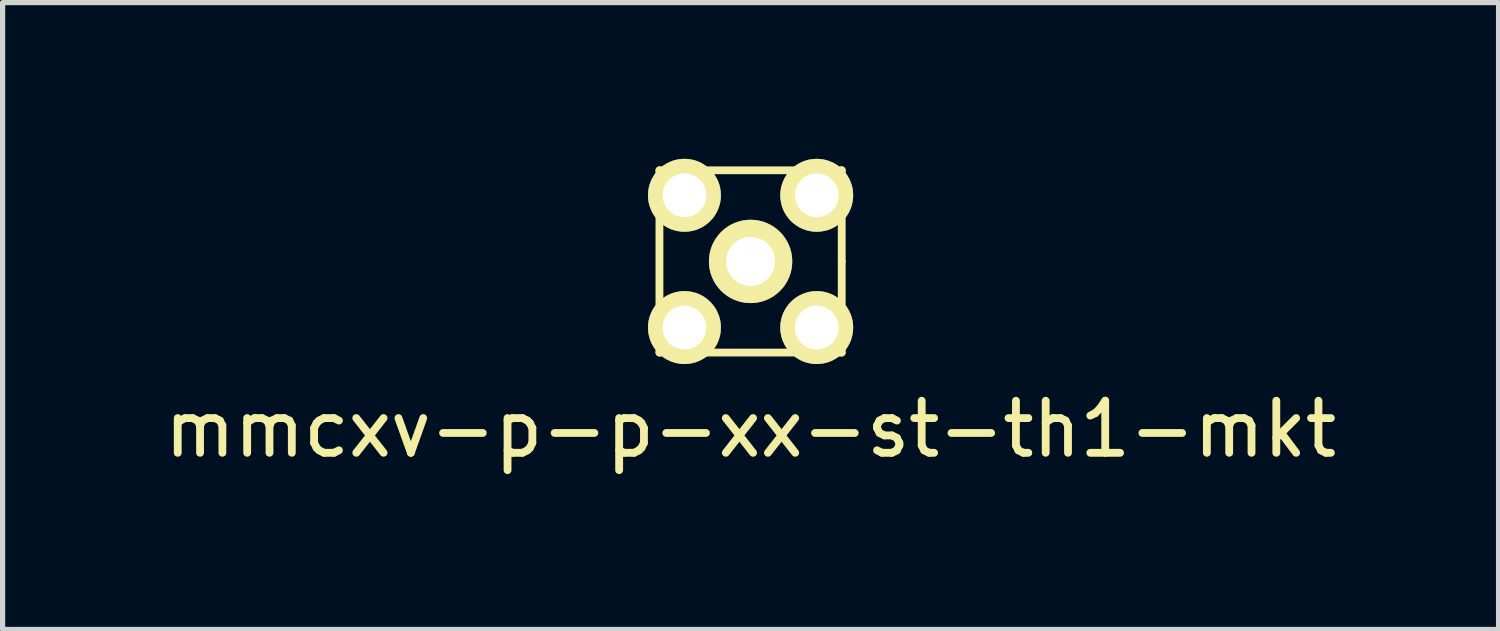
<source format=kicad_pcb>
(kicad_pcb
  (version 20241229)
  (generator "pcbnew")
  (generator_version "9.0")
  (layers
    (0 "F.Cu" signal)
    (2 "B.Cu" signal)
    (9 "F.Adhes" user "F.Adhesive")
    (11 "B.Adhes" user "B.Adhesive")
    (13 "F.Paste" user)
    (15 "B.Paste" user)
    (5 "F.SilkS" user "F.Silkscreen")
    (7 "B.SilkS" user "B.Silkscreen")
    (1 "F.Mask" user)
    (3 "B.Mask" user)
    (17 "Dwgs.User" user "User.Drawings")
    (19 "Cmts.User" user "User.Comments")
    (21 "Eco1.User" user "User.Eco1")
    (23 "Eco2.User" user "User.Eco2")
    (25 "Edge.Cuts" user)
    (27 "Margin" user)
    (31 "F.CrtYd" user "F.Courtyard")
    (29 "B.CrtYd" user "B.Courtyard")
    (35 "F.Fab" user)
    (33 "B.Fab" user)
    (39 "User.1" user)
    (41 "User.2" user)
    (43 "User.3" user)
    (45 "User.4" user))
  (footprint "mmcxv-p-p-xx-st-th1-mkt"
    (layer "F.Cu")
    (at 11.363 1.97)
    (property "Reference" "mmcxv-p-p-xx-st-th1-mkt" (at 0 3.22 0) (layer "F.SilkS") (effects (font (size 1 1) (thickness 0.15))))
    (attr through_hole)
    (fp_line (start -1.75 -1.75) (end -1.75 1.75) (stroke (width 0.15) (type solid)) (layer "F.SilkS"))
    (fp_line (start -1.75 1.75) (end 1.75 1.75) (stroke (width 0.15) (type solid)) (layer "F.SilkS"))
    (fp_line (start 1.75 -1.75) (end -1.75 -1.75) (stroke (width 0.15) (type solid)) (layer "F.SilkS"))
    (fp_line (start 1.75 0) (end 1.75 -1.75) (stroke (width 0.15) (type solid)) (layer "F.SilkS"))
    (fp_line (start 1.75 1.75) (end 1.75 0) (stroke (width 0.15) (type solid)) (layer "F.SilkS"))
    (pad "1" thru_hole circle (at 0 0) (size 1.6 1.6) (drill 0.94) (layers "*.Cu" "*.Mask" "F.SilkS"))
    (pad "2" thru_hole circle (at -1.27 -1.27) (size 1.4 1.4) (drill 0.84) (layers "*.Cu" "*.Mask" "F.SilkS"))
    (pad "2" thru_hole circle (at -1.27 1.27) (size 1.4 1.4) (drill 0.84) (layers "*.Cu" "*.Mask" "F.SilkS"))
    (pad "2" thru_hole circle (at 1.27 -1.27) (size 1.4 1.4) (drill 0.84) (layers "*.Cu" "*.Mask" "F.SilkS"))
    (pad "2" thru_hole circle (at 1.27 1.27) (size 1.4 1.4) (drill 0.84) (layers "*.Cu" "*.Mask" "F.SilkS")))
  (gr_rect
    (start -3 -3)
    (end 25.726 9.038)
    (stroke (width 0.1) (type default))
    (fill no)
    (layer "Edge.Cuts")))
</source>
